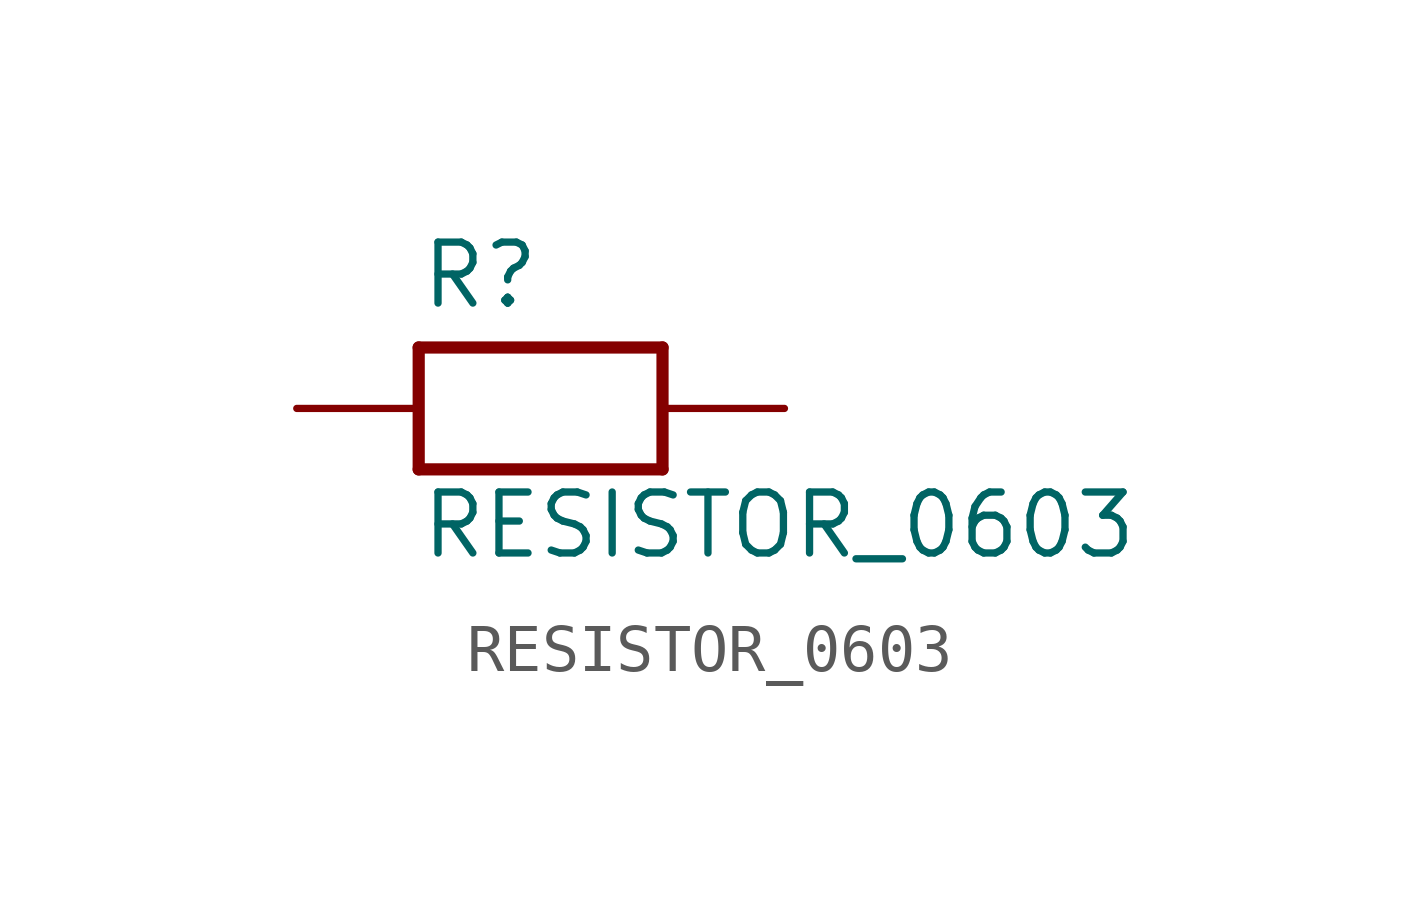
<source format=kicad_sym>
(kicad_symbol_lib
  (version 20211014)
  (generator kicad_symbol_editor)
  (symbol "RESISTOR_0603"
    (property "Reference" "R"
      (at -2.54 2.032 0)
      (effects (font (size 1.27 1.27)) (justify left bottom)))
    (property "Value" "RESISTOR_0603"
      (at -2.54 -3.175 0)
      (effects (font (size 1.27 1.27)) (justify left bottom)))
    (property "ki_locked" ""
      (at 0 0 0)
      (effects (font (size 1.27 1.27))))
    (symbol "RESISTOR_0603_1_0"
      (polyline (pts (xy -2.54 -1.27) (xy -2.54 1.27)) (stroke (width 0.254) (type default) (color 0 0 0 0)) (fill (type none)))
      (polyline (pts (xy -2.54 1.27) (xy 2.54 1.27)) (stroke (width 0.254) (type default) (color 0 0 0 0)) (fill (type none)))
      (polyline (pts (xy 2.54 -1.27) (xy -2.54 -1.27)) (stroke (width 0.254) (type default) (color 0 0 0 0)) (fill (type none)))
      (polyline (pts (xy 2.54 1.27) (xy 2.54 -1.27)) (stroke (width 0.254) (type default) (color 0 0 0 0)) (fill (type none)))
      (pin passive line (at -5.08 0 0) (length 2.54) (name "1" (effects (font (size 0 0)))) (number "1" (effects (font (size 0 0)))))
      (pin passive line (at 5.08 0 180) (length 2.54) (name "2" (effects (font (size 0 0)))) (number "2" (effects (font (size 0 0))))))))
</source>
